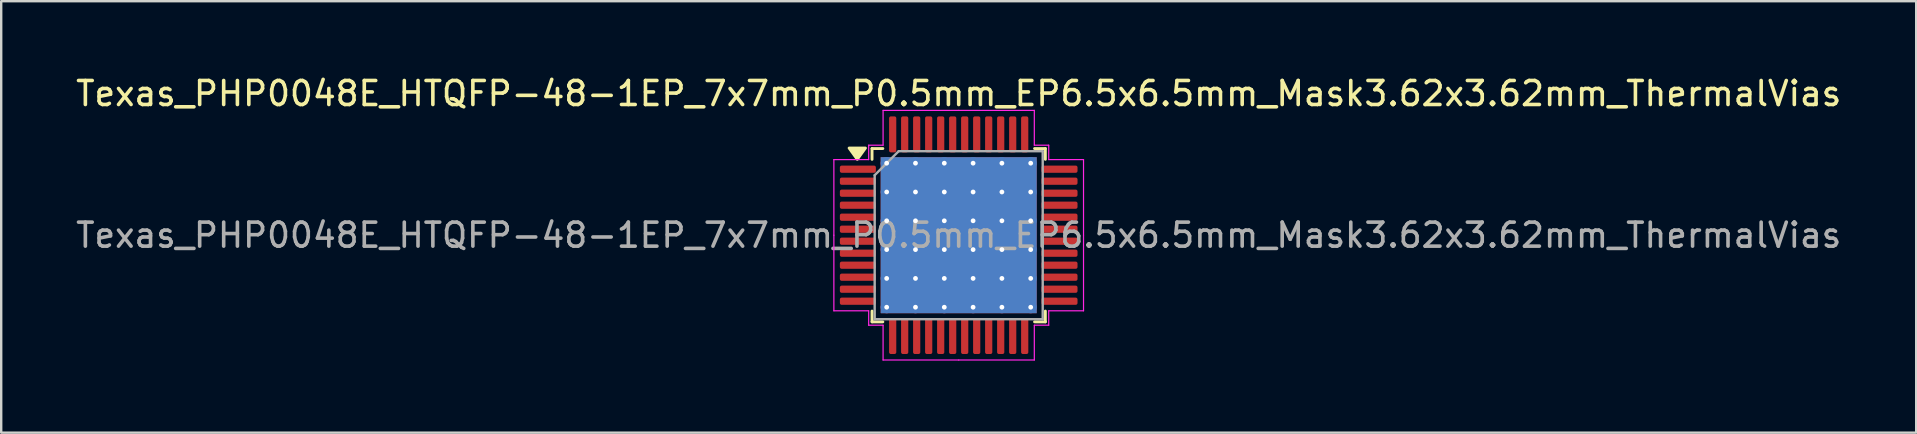
<source format=kicad_pcb>
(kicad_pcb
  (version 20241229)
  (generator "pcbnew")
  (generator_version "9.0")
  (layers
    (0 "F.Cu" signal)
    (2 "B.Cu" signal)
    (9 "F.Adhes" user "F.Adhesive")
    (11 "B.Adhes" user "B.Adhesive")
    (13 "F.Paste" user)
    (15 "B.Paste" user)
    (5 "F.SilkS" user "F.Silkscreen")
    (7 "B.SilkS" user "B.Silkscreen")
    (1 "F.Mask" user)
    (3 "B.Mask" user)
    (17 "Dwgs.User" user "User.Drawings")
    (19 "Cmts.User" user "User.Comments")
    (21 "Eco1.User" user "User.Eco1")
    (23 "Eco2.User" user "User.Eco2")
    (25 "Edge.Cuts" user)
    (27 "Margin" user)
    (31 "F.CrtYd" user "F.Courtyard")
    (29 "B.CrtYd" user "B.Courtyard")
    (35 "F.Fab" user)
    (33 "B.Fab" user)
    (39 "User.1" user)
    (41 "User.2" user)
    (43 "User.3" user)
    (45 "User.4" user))
  (footprint "Texas_PHP0048E_HTQFP-48-1EP_7x7mm_P0.5mm_EP6.5x6.5mm_Mask3.62x3.62mm_ThermalVias"
    (layer "F.Cu")
    (at 36.887 6.748)
    (property "Reference" "Texas_PHP0048E_HTQFP-48-1EP_7x7mm_P0.5mm_EP6.5x6.5mm_Mask3.62x3.62mm_ThermalVias" (at 0 -5.9 0) (layer "F.SilkS") (effects (font (size 1 1) (thickness 0.15))))
    (attr smd)
    (fp_line (start -3.61 -3.61) (end -3.61 -3.16) (stroke (width 0.12) (type solid)) (layer "F.SilkS"))
    (fp_line (start -3.61 3.61) (end -3.61 3.16) (stroke (width 0.12) (type solid)) (layer "F.SilkS"))
    (fp_line (start -3.16 -3.61) (end -3.61 -3.61) (stroke (width 0.12) (type solid)) (layer "F.SilkS"))
    (fp_line (start -3.16 3.61) (end -3.61 3.61) (stroke (width 0.12) (type solid)) (layer "F.SilkS"))
    (fp_line (start 3.16 -3.61) (end 3.61 -3.61) (stroke (width 0.12) (type solid)) (layer "F.SilkS"))
    (fp_line (start 3.16 3.61) (end 3.61 3.61) (stroke (width 0.12) (type solid)) (layer "F.SilkS"))
    (fp_line (start 3.61 -3.61) (end 3.61 -3.16) (stroke (width 0.12) (type solid)) (layer "F.SilkS"))
    (fp_line (start 3.61 3.61) (end 3.61 3.16) (stroke (width 0.12) (type solid)) (layer "F.SilkS"))
    (fp_poly (pts (xy -4.225 -3.16) (xy -4.565 -3.63) (xy -3.885 -3.63) (xy -4.225 -3.16)) (stroke (width 0.12) (type solid)) (fill yes) (layer "F.SilkS"))
    (fp_line (start -5.2 -3.15) (end -5.2 0) (stroke (width 0.05) (type solid)) (layer "F.CrtYd"))
    (fp_line (start -5.2 3.15) (end -5.2 0) (stroke (width 0.05) (type solid)) (layer "F.CrtYd"))
    (fp_line (start -3.75 -3.75) (end -3.75 -3.15) (stroke (width 0.05) (type solid)) (layer "F.CrtYd"))
    (fp_line (start -3.75 -3.15) (end -5.2 -3.15) (stroke (width 0.05) (type solid)) (layer "F.CrtYd"))
    (fp_line (start -3.75 3.15) (end -5.2 3.15) (stroke (width 0.05) (type solid)) (layer "F.CrtYd"))
    (fp_line (start -3.75 3.75) (end -3.75 3.15) (stroke (width 0.05) (type solid)) (layer "F.CrtYd"))
    (fp_line (start -3.15 -5.2) (end -3.15 -3.75) (stroke (width 0.05) (type solid)) (layer "F.CrtYd"))
    (fp_line (start -3.15 -3.75) (end -3.75 -3.75) (stroke (width 0.05) (type solid)) (layer "F.CrtYd"))
    (fp_line (start -3.15 3.75) (end -3.75 3.75) (stroke (width 0.05) (type solid)) (layer "F.CrtYd"))
    (fp_line (start -3.15 5.2) (end -3.15 3.75) (stroke (width 0.05) (type solid)) (layer "F.CrtYd"))
    (fp_line (start 0 -5.2) (end -3.15 -5.2) (stroke (width 0.05) (type solid)) (layer "F.CrtYd"))
    (fp_line (start 0 -5.2) (end 3.15 -5.2) (stroke (width 0.05) (type solid)) (layer "F.CrtYd"))
    (fp_line (start 0 5.2) (end -3.15 5.2) (stroke (width 0.05) (type solid)) (layer "F.CrtYd"))
    (fp_line (start 0 5.2) (end 3.15 5.2) (stroke (width 0.05) (type solid)) (layer "F.CrtYd"))
    (fp_line (start 3.15 -5.2) (end 3.15 -3.75) (stroke (width 0.05) (type solid)) (layer "F.CrtYd"))
    (fp_line (start 3.15 -3.75) (end 3.75 -3.75) (stroke (width 0.05) (type solid)) (layer "F.CrtYd"))
    (fp_line (start 3.15 3.75) (end 3.75 3.75) (stroke (width 0.05) (type solid)) (layer "F.CrtYd"))
    (fp_line (start 3.15 5.2) (end 3.15 3.75) (stroke (width 0.05) (type solid)) (layer "F.CrtYd"))
    (fp_line (start 3.75 -3.75) (end 3.75 -3.15) (stroke (width 0.05) (type solid)) (layer "F.CrtYd"))
    (fp_line (start 3.75 -3.15) (end 5.2 -3.15) (stroke (width 0.05) (type solid)) (layer "F.CrtYd"))
    (fp_line (start 3.75 3.15) (end 5.2 3.15) (stroke (width 0.05) (type solid)) (layer "F.CrtYd"))
    (fp_line (start 3.75 3.75) (end 3.75 3.15) (stroke (width 0.05) (type solid)) (layer "F.CrtYd"))
    (fp_line (start 5.2 -3.15) (end 5.2 0) (stroke (width 0.05) (type solid)) (layer "F.CrtYd"))
    (fp_line (start 5.2 3.15) (end 5.2 0) (stroke (width 0.05) (type solid)) (layer "F.CrtYd"))
    (fp_line (start -3.5 -2.5) (end -2.5 -3.5) (stroke (width 0.1) (type solid)) (layer "F.Fab"))
    (fp_line (start -3.5 3.5) (end -3.5 -2.5) (stroke (width 0.1) (type solid)) (layer "F.Fab"))
    (fp_line (start -2.5 -3.5) (end 3.5 -3.5) (stroke (width 0.1) (type solid)) (layer "F.Fab"))
    (fp_line (start 3.5 -3.5) (end 3.5 3.5) (stroke (width 0.1) (type solid)) (layer "F.Fab"))
    (fp_line (start 3.5 3.5) (end -3.5 3.5) (stroke (width 0.1) (type solid)) (layer "F.Fab"))
    (fp_text user "${REFERENCE}" (at 0 0 0) (layer "F.Fab") (effects (font (size 1 1) (thickness 0.15))))
    (pad "" smd rect (at 0 0) (size 3.62 3.62) (layers "F.Mask"))
    (pad "" smd roundrect (at 0 0) (size 3.62 3.62) (layers "F.Paste") (roundrect_rratio 0.069))
    (pad "1" smd roundrect (at -4.2 -2.75) (size 1.5 0.3) (layers "F.Cu" "F.Mask" "F.Paste") (roundrect_rratio 0.25))
    (pad "2" smd roundrect (at -4.2 -2.25) (size 1.5 0.3) (layers "F.Cu" "F.Mask" "F.Paste") (roundrect_rratio 0.25))
    (pad "3" smd roundrect (at -4.2 -1.75) (size 1.5 0.3) (layers "F.Cu" "F.Mask" "F.Paste") (roundrect_rratio 0.25))
    (pad "4" smd roundrect (at -4.2 -1.25) (size 1.5 0.3) (layers "F.Cu" "F.Mask" "F.Paste") (roundrect_rratio 0.25))
    (pad "5" smd roundrect (at -4.2 -0.75) (size 1.5 0.3) (layers "F.Cu" "F.Mask" "F.Paste") (roundrect_rratio 0.25))
    (pad "6" smd roundrect (at -4.2 -0.25) (size 1.5 0.3) (layers "F.Cu" "F.Mask" "F.Paste") (roundrect_rratio 0.25))
    (pad "7" smd roundrect (at -4.2 0.25) (size 1.5 0.3) (layers "F.Cu" "F.Mask" "F.Paste") (roundrect_rratio 0.25))
    (pad "8" smd roundrect (at -4.2 0.75) (size 1.5 0.3) (layers "F.Cu" "F.Mask" "F.Paste") (roundrect_rratio 0.25))
    (pad "9" smd roundrect (at -4.2 1.25) (size 1.5 0.3) (layers "F.Cu" "F.Mask" "F.Paste") (roundrect_rratio 0.25))
    (pad "10" smd roundrect (at -4.2 1.75) (size 1.5 0.3) (layers "F.Cu" "F.Mask" "F.Paste") (roundrect_rratio 0.25))
    (pad "11" smd roundrect (at -4.2 2.25) (size 1.5 0.3) (layers "F.Cu" "F.Mask" "F.Paste") (roundrect_rratio 0.25))
    (pad "12" smd roundrect (at -4.2 2.75) (size 1.5 0.3) (layers "F.Cu" "F.Mask" "F.Paste") (roundrect_rratio 0.25))
    (pad "13" smd roundrect (at -2.75 4.2) (size 0.3 1.5) (layers "F.Cu" "F.Mask" "F.Paste") (roundrect_rratio 0.25))
    (pad "14" smd roundrect (at -2.25 4.2) (size 0.3 1.5) (layers "F.Cu" "F.Mask" "F.Paste") (roundrect_rratio 0.25))
    (pad "15" smd roundrect (at -1.75 4.2) (size 0.3 1.5) (layers "F.Cu" "F.Mask" "F.Paste") (roundrect_rratio 0.25))
    (pad "16" smd roundrect (at -1.25 4.2) (size 0.3 1.5) (layers "F.Cu" "F.Mask" "F.Paste") (roundrect_rratio 0.25))
    (pad "17" smd roundrect (at -0.75 4.2) (size 0.3 1.5) (layers "F.Cu" "F.Mask" "F.Paste") (roundrect_rratio 0.25))
    (pad "18" smd roundrect (at -0.25 4.2) (size 0.3 1.5) (layers "F.Cu" "F.Mask" "F.Paste") (roundrect_rratio 0.25))
    (pad "19" smd roundrect (at 0.25 4.2) (size 0.3 1.5) (layers "F.Cu" "F.Mask" "F.Paste") (roundrect_rratio 0.25))
    (pad "20" smd roundrect (at 0.75 4.2) (size 0.3 1.5) (layers "F.Cu" "F.Mask" "F.Paste") (roundrect_rratio 0.25))
    (pad "21" smd roundrect (at 1.25 4.2) (size 0.3 1.5) (layers "F.Cu" "F.Mask" "F.Paste") (roundrect_rratio 0.25))
    (pad "22" smd roundrect (at 1.75 4.2) (size 0.3 1.5) (layers "F.Cu" "F.Mask" "F.Paste") (roundrect_rratio 0.25))
    (pad "23" smd roundrect (at 2.25 4.2) (size 0.3 1.5) (layers "F.Cu" "F.Mask" "F.Paste") (roundrect_rratio 0.25))
    (pad "24" smd roundrect (at 2.75 4.2) (size 0.3 1.5) (layers "F.Cu" "F.Mask" "F.Paste") (roundrect_rratio 0.25))
    (pad "25" smd roundrect (at 4.2 2.75) (size 1.5 0.3) (layers "F.Cu" "F.Mask" "F.Paste") (roundrect_rratio 0.25))
    (pad "26" smd roundrect (at 4.2 2.25) (size 1.5 0.3) (layers "F.Cu" "F.Mask" "F.Paste") (roundrect_rratio 0.25))
    (pad "27" smd roundrect (at 4.2 1.75) (size 1.5 0.3) (layers "F.Cu" "F.Mask" "F.Paste") (roundrect_rratio 0.25))
    (pad "28" smd roundrect (at 4.2 1.25) (size 1.5 0.3) (layers "F.Cu" "F.Mask" "F.Paste") (roundrect_rratio 0.25))
    (pad "29" smd roundrect (at 4.2 0.75) (size 1.5 0.3) (layers "F.Cu" "F.Mask" "F.Paste") (roundrect_rratio 0.25))
    (pad "30" smd roundrect (at 4.2 0.25) (size 1.5 0.3) (layers "F.Cu" "F.Mask" "F.Paste") (roundrect_rratio 0.25))
    (pad "31" smd roundrect (at 4.2 -0.25) (size 1.5 0.3) (layers "F.Cu" "F.Mask" "F.Paste") (roundrect_rratio 0.25))
    (pad "32" smd roundrect (at 4.2 -0.75) (size 1.5 0.3) (layers "F.Cu" "F.Mask" "F.Paste") (roundrect_rratio 0.25))
    (pad "33" smd roundrect (at 4.2 -1.25) (size 1.5 0.3) (layers "F.Cu" "F.Mask" "F.Paste") (roundrect_rratio 0.25))
    (pad "34" smd roundrect (at 4.2 -1.75) (size 1.5 0.3) (layers "F.Cu" "F.Mask" "F.Paste") (roundrect_rratio 0.25))
    (pad "35" smd roundrect (at 4.2 -2.25) (size 1.5 0.3) (layers "F.Cu" "F.Mask" "F.Paste") (roundrect_rratio 0.25))
    (pad "36" smd roundrect (at 4.2 -2.75) (size 1.5 0.3) (layers "F.Cu" "F.Mask" "F.Paste") (roundrect_rratio 0.25))
    (pad "37" smd roundrect (at 2.75 -4.2) (size 0.3 1.5) (layers "F.Cu" "F.Mask" "F.Paste") (roundrect_rratio 0.25))
    (pad "38" smd roundrect (at 2.25 -4.2) (size 0.3 1.5) (layers "F.Cu" "F.Mask" "F.Paste") (roundrect_rratio 0.25))
    (pad "39" smd roundrect (at 1.75 -4.2) (size 0.3 1.5) (layers "F.Cu" "F.Mask" "F.Paste") (roundrect_rratio 0.25))
    (pad "40" smd roundrect (at 1.25 -4.2) (size 0.3 1.5) (layers "F.Cu" "F.Mask" "F.Paste") (roundrect_rratio 0.25))
    (pad "41" smd roundrect (at 0.75 -4.2) (size 0.3 1.5) (layers "F.Cu" "F.Mask" "F.Paste") (roundrect_rratio 0.25))
    (pad "42" smd roundrect (at 0.25 -4.2) (size 0.3 1.5) (layers "F.Cu" "F.Mask" "F.Paste") (roundrect_rratio 0.25))
    (pad "43" smd roundrect (at -0.25 -4.2) (size 0.3 1.5) (layers "F.Cu" "F.Mask" "F.Paste") (roundrect_rratio 0.25))
    (pad "44" smd roundrect (at -0.75 -4.2) (size 0.3 1.5) (layers "F.Cu" "F.Mask" "F.Paste") (roundrect_rratio 0.25))
    (pad "45" smd roundrect (at -1.25 -4.2) (size 0.3 1.5) (layers "F.Cu" "F.Mask" "F.Paste") (roundrect_rratio 0.25))
    (pad "46" smd roundrect (at -1.75 -4.2) (size 0.3 1.5) (layers "F.Cu" "F.Mask" "F.Paste") (roundrect_rratio 0.25))
    (pad "47" smd roundrect (at -2.25 -4.2) (size 0.3 1.5) (layers "F.Cu" "F.Mask" "F.Paste") (roundrect_rratio 0.25))
    (pad "48" smd roundrect (at -2.75 -4.2) (size 0.3 1.5) (layers "F.Cu" "F.Mask" "F.Paste") (roundrect_rratio 0.25))
    (pad "49" thru_hole circle (at -3 -3) (size 0.5 0.5) (drill 0.2) (property pad_prop_heatsink) (layers "*.Cu"))
    (pad "49" thru_hole circle (at -3 -1.8) (size 0.5 0.5) (drill 0.2) (property pad_prop_heatsink) (layers "*.Cu"))
    (pad "49" thru_hole circle (at -3 -0.6) (size 0.5 0.5) (drill 0.2) (property pad_prop_heatsink) (layers "*.Cu"))
    (pad "49" thru_hole circle (at -3 0.6) (size 0.5 0.5) (drill 0.2) (property pad_prop_heatsink) (layers "*.Cu"))
    (pad "49" thru_hole circle (at -3 1.8) (size 0.5 0.5) (drill 0.2) (property pad_prop_heatsink) (layers "*.Cu"))
    (pad "49" thru_hole circle (at -3 3) (size 0.5 0.5) (drill 0.2) (property pad_prop_heatsink) (layers "*.Cu"))
    (pad "49" thru_hole circle (at -1.8 -3) (size 0.5 0.5) (drill 0.2) (property pad_prop_heatsink) (layers "*.Cu"))
    (pad "49" thru_hole circle (at -1.8 -1.8) (size 0.5 0.5) (drill 0.2) (property pad_prop_heatsink) (layers "*.Cu"))
    (pad "49" thru_hole circle (at -1.8 -0.6) (size 0.5 0.5) (drill 0.2) (property pad_prop_heatsink) (layers "*.Cu"))
    (pad "49" thru_hole circle (at -1.8 0.6) (size 0.5 0.5) (drill 0.2) (property pad_prop_heatsink) (layers "*.Cu"))
    (pad "49" thru_hole circle (at -1.8 1.8) (size 0.5 0.5) (drill 0.2) (property pad_prop_heatsink) (layers "*.Cu"))
    (pad "49" thru_hole circle (at -1.8 3) (size 0.5 0.5) (drill 0.2) (property pad_prop_heatsink) (layers "*.Cu"))
    (pad "49" thru_hole circle (at -0.6 -3) (size 0.5 0.5) (drill 0.2) (property pad_prop_heatsink) (layers "*.Cu"))
    (pad "49" thru_hole circle (at -0.6 -1.8) (size 0.5 0.5) (drill 0.2) (property pad_prop_heatsink) (layers "*.Cu"))
    (pad "49" thru_hole circle (at -0.6 -0.6) (size 0.5 0.5) (drill 0.2) (property pad_prop_heatsink) (layers "*.Cu"))
    (pad "49" thru_hole circle (at -0.6 0.6) (size 0.5 0.5) (drill 0.2) (property pad_prop_heatsink) (layers "*.Cu"))
    (pad "49" thru_hole circle (at -0.6 1.8) (size 0.5 0.5) (drill 0.2) (property pad_prop_heatsink) (layers "*.Cu"))
    (pad "49" thru_hole circle (at -0.6 3) (size 0.5 0.5) (drill 0.2) (property pad_prop_heatsink) (layers "*.Cu"))
    (pad "49" smd rect (at 0 0) (size 6.5 6.5) (property pad_prop_heatsink) (layers "F.Cu"))
    (pad "49" smd rect (at 0 0) (size 6.5 6.5) (property pad_prop_heatsink) (layers "B.Cu"))
    (pad "49" thru_hole circle (at 0.6 -3) (size 0.5 0.5) (drill 0.2) (property pad_prop_heatsink) (layers "*.Cu"))
    (pad "49" thru_hole circle (at 0.6 -1.8) (size 0.5 0.5) (drill 0.2) (property pad_prop_heatsink) (layers "*.Cu"))
    (pad "49" thru_hole circle (at 0.6 -0.6) (size 0.5 0.5) (drill 0.2) (property pad_prop_heatsink) (layers "*.Cu"))
    (pad "49" thru_hole circle (at 0.6 0.6) (size 0.5 0.5) (drill 0.2) (property pad_prop_heatsink) (layers "*.Cu"))
    (pad "49" thru_hole circle (at 0.6 1.8) (size 0.5 0.5) (drill 0.2) (property pad_prop_heatsink) (layers "*.Cu"))
    (pad "49" thru_hole circle (at 0.6 3) (size 0.5 0.5) (drill 0.2) (property pad_prop_heatsink) (layers "*.Cu"))
    (pad "49" thru_hole circle (at 1.8 -3) (size 0.5 0.5) (drill 0.2) (property pad_prop_heatsink) (layers "*.Cu"))
    (pad "49" thru_hole circle (at 1.8 -1.8) (size 0.5 0.5) (drill 0.2) (property pad_prop_heatsink) (layers "*.Cu"))
    (pad "49" thru_hole circle (at 1.8 -0.6) (size 0.5 0.5) (drill 0.2) (property pad_prop_heatsink) (layers "*.Cu"))
    (pad "49" thru_hole circle (at 1.8 0.6) (size 0.5 0.5) (drill 0.2) (property pad_prop_heatsink) (layers "*.Cu"))
    (pad "49" thru_hole circle (at 1.8 1.8) (size 0.5 0.5) (drill 0.2) (property pad_prop_heatsink) (layers "*.Cu"))
    (pad "49" thru_hole circle (at 1.8 3) (size 0.5 0.5) (drill 0.2) (property pad_prop_heatsink) (layers "*.Cu"))
    (pad "49" thru_hole circle (at 3 -3) (size 0.5 0.5) (drill 0.2) (property pad_prop_heatsink) (layers "*.Cu"))
    (pad "49" thru_hole circle (at 3 -1.8) (size 0.5 0.5) (drill 0.2) (property pad_prop_heatsink) (layers "*.Cu"))
    (pad "49" thru_hole circle (at 3 -0.6) (size 0.5 0.5) (drill 0.2) (property pad_prop_heatsink) (layers "*.Cu"))
    (pad "49" thru_hole circle (at 3 0.6) (size 0.5 0.5) (drill 0.2) (property pad_prop_heatsink) (layers "*.Cu"))
    (pad "49" thru_hole circle (at 3 1.8) (size 0.5 0.5) (drill 0.2) (property pad_prop_heatsink) (layers "*.Cu"))
    (pad "49" thru_hole circle (at 3 3) (size 0.5 0.5) (drill 0.2) (property pad_prop_heatsink) (layers "*.Cu")))
  (gr_rect
    (start -3 -3)
    (end 76.774 14.973)
    (stroke (width 0.1) (type default))
    (fill no)
    (layer "Edge.Cuts")))
</source>
